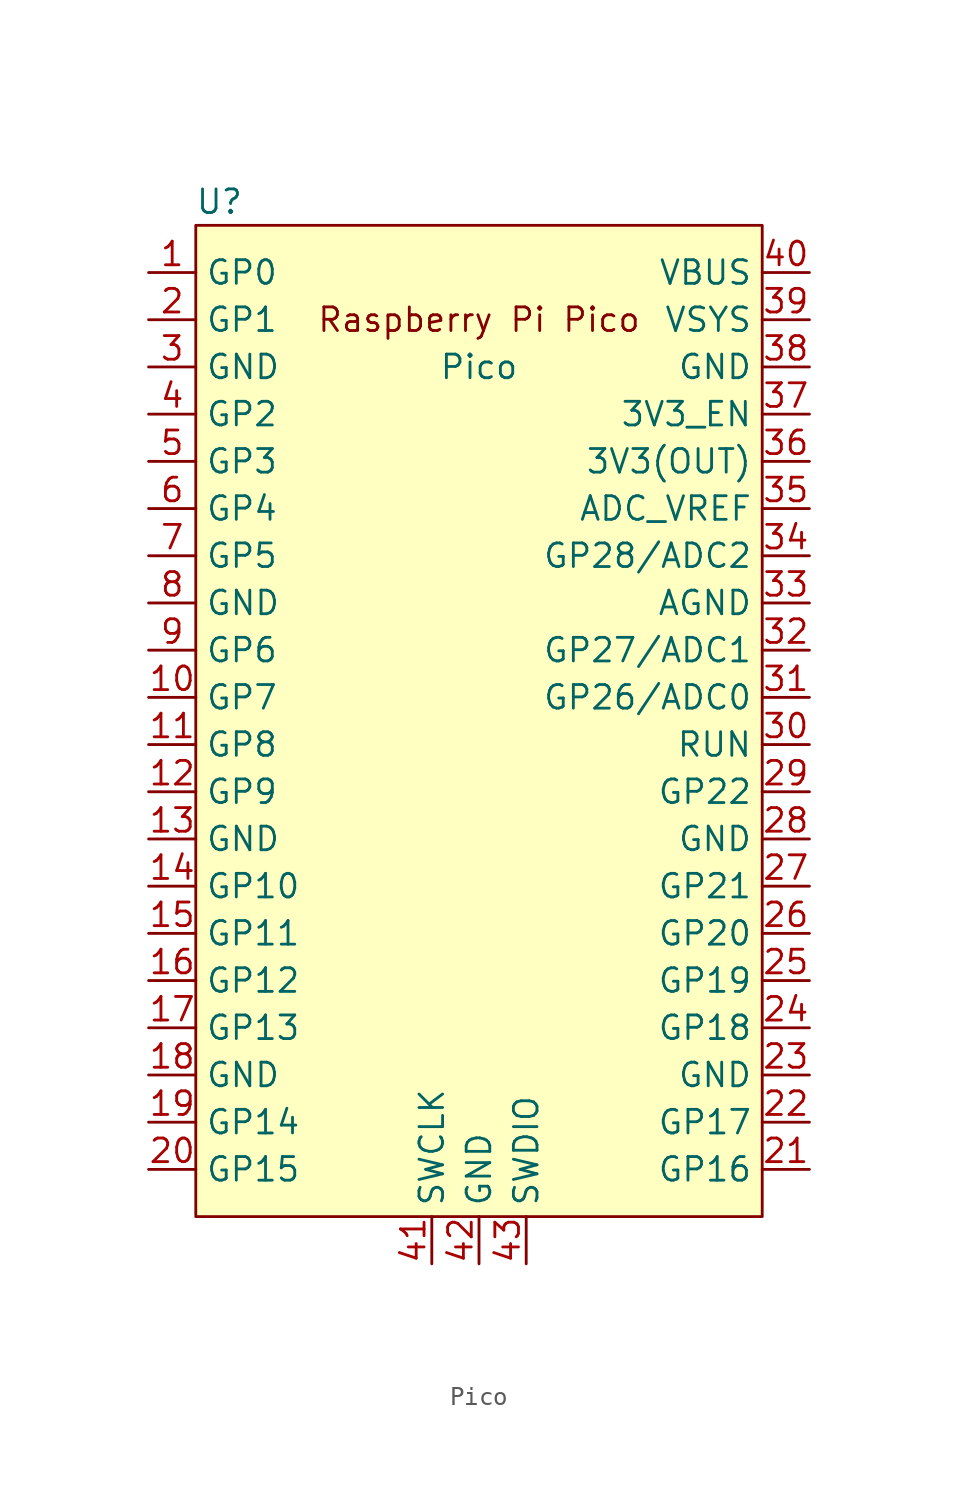
<source format=kicad_sym>
(kicad_symbol_lib
  (version 20241209)
  (generator "kicad_symbol_editor")
  (generator_version "9.0")
  (symbol "Pico"
    (property "Reference" "U"
      (at -13.97 27.94 0)
      (effects (font (size 1.27 1.27))))
    (property "Value" "Pico"
      (at 0 19.05 0)
      (effects (font (size 1.27 1.27))))
    (symbol "Pico_0_0"
      (text "Raspberry Pi Pico" (at 0 21.59 0) (effects (font (size 1.27 1.27)))))
    (symbol "Pico_0_1"
      (rectangle (start -15.24 26.67) (end 15.24 -26.67) (stroke (width 0) (type default)) (fill (type background))))
    (symbol "Pico_1_1"
      (pin bidirectional line (at -17.78 24.13 0) (length 2.54) (name "GP0" (effects (font (size 1.27 1.27)))) (number "1" (effects (font (size 1.27 1.27)))))
      (pin bidirectional line (at -17.78 21.59 0) (length 2.54) (name "GP1" (effects (font (size 1.27 1.27)))) (number "2" (effects (font (size 1.27 1.27)))))
      (pin power_in line (at -17.78 19.05 0) (length 2.54) (name "GND" (effects (font (size 1.27 1.27)))) (number "3" (effects (font (size 1.27 1.27)))))
      (pin bidirectional line (at -17.78 16.51 0) (length 2.54) (name "GP2" (effects (font (size 1.27 1.27)))) (number "4" (effects (font (size 1.27 1.27)))))
      (pin bidirectional line (at -17.78 13.97 0) (length 2.54) (name "GP3" (effects (font (size 1.27 1.27)))) (number "5" (effects (font (size 1.27 1.27)))))
      (pin bidirectional line (at -17.78 11.43 0) (length 2.54) (name "GP4" (effects (font (size 1.27 1.27)))) (number "6" (effects (font (size 1.27 1.27)))))
      (pin bidirectional line (at -17.78 8.89 0) (length 2.54) (name "GP5" (effects (font (size 1.27 1.27)))) (number "7" (effects (font (size 1.27 1.27)))))
      (pin power_in line (at -17.78 6.35 0) (length 2.54) (name "GND" (effects (font (size 1.27 1.27)))) (number "8" (effects (font (size 1.27 1.27)))))
      (pin bidirectional line (at -17.78 3.81 0) (length 2.54) (name "GP6" (effects (font (size 1.27 1.27)))) (number "9" (effects (font (size 1.27 1.27)))))
      (pin bidirectional line (at -17.78 1.27 0) (length 2.54) (name "GP7" (effects (font (size 1.27 1.27)))) (number "10" (effects (font (size 1.27 1.27)))))
      (pin bidirectional line (at -17.78 -1.27 0) (length 2.54) (name "GP8" (effects (font (size 1.27 1.27)))) (number "11" (effects (font (size 1.27 1.27)))))
      (pin bidirectional line (at -17.78 -3.81 0) (length 2.54) (name "GP9" (effects (font (size 1.27 1.27)))) (number "12" (effects (font (size 1.27 1.27)))))
      (pin power_in line (at -17.78 -6.35 0) (length 2.54) (name "GND" (effects (font (size 1.27 1.27)))) (number "13" (effects (font (size 1.27 1.27)))))
      (pin bidirectional line (at -17.78 -8.89 0) (length 2.54) (name "GP10" (effects (font (size 1.27 1.27)))) (number "14" (effects (font (size 1.27 1.27)))))
      (pin bidirectional line (at -17.78 -11.43 0) (length 2.54) (name "GP11" (effects (font (size 1.27 1.27)))) (number "15" (effects (font (size 1.27 1.27)))))
      (pin bidirectional line (at -17.78 -13.97 0) (length 2.54) (name "GP12" (effects (font (size 1.27 1.27)))) (number "16" (effects (font (size 1.27 1.27)))))
      (pin bidirectional line (at -17.78 -16.51 0) (length 2.54) (name "GP13" (effects (font (size 1.27 1.27)))) (number "17" (effects (font (size 1.27 1.27)))))
      (pin power_in line (at -17.78 -19.05 0) (length 2.54) (name "GND" (effects (font (size 1.27 1.27)))) (number "18" (effects (font (size 1.27 1.27)))))
      (pin bidirectional line (at -17.78 -21.59 0) (length 2.54) (name "GP14" (effects (font (size 1.27 1.27)))) (number "19" (effects (font (size 1.27 1.27)))))
      (pin bidirectional line (at -17.78 -24.13 0) (length 2.54) (name "GP15" (effects (font (size 1.27 1.27)))) (number "20" (effects (font (size 1.27 1.27)))))
      (pin input line (at -2.54 -29.21 90) (length 2.54) (name "SWCLK" (effects (font (size 1.27 1.27)))) (number "41" (effects (font (size 1.27 1.27)))))
      (pin power_in line (at 0 -29.21 90) (length 2.54) (name "GND" (effects (font (size 1.27 1.27)))) (number "42" (effects (font (size 1.27 1.27)))))
      (pin bidirectional line (at 2.54 -29.21 90) (length 2.54) (name "SWDIO" (effects (font (size 1.27 1.27)))) (number "43" (effects (font (size 1.27 1.27)))))
      (pin power_in line (at 17.78 24.13 180) (length 2.54) (name "VBUS" (effects (font (size 1.27 1.27)))) (number "40" (effects (font (size 1.27 1.27)))))
      (pin power_in line (at 17.78 21.59 180) (length 2.54) (name "VSYS" (effects (font (size 1.27 1.27)))) (number "39" (effects (font (size 1.27 1.27)))))
      (pin bidirectional line (at 17.78 19.05 180) (length 2.54) (name "GND" (effects (font (size 1.27 1.27)))) (number "38" (effects (font (size 1.27 1.27)))))
      (pin input line (at 17.78 16.51 180) (length 2.54) (name "3V3_EN" (effects (font (size 1.27 1.27)))) (number "37" (effects (font (size 1.27 1.27)))))
      (pin power_in line (at 17.78 13.97 180) (length 2.54) (name "3V3(OUT)" (effects (font (size 1.27 1.27)))) (number "36" (effects (font (size 1.27 1.27)))))
      (pin power_in line (at 17.78 11.43 180) (length 2.54) (name "ADC_VREF" (effects (font (size 1.27 1.27)))) (number "35" (effects (font (size 1.27 1.27)))))
      (pin bidirectional line (at 17.78 8.89 180) (length 2.54) (name "GP28/ADC2" (effects (font (size 1.27 1.27)))) (number "34" (effects (font (size 1.27 1.27)))))
      (pin power_in line (at 17.78 6.35 180) (length 2.54) (name "AGND" (effects (font (size 1.27 1.27)))) (number "33" (effects (font (size 1.27 1.27)))))
      (pin bidirectional line (at 17.78 3.81 180) (length 2.54) (name "GP27/ADC1" (effects (font (size 1.27 1.27)))) (number "32" (effects (font (size 1.27 1.27)))))
      (pin bidirectional line (at 17.78 1.27 180) (length 2.54) (name "GP26/ADC0" (effects (font (size 1.27 1.27)))) (number "31" (effects (font (size 1.27 1.27)))))
      (pin input line (at 17.78 -1.27 180) (length 2.54) (name "RUN" (effects (font (size 1.27 1.27)))) (number "30" (effects (font (size 1.27 1.27)))))
      (pin bidirectional line (at 17.78 -3.81 180) (length 2.54) (name "GP22" (effects (font (size 1.27 1.27)))) (number "29" (effects (font (size 1.27 1.27)))))
      (pin power_in line (at 17.78 -6.35 180) (length 2.54) (name "GND" (effects (font (size 1.27 1.27)))) (number "28" (effects (font (size 1.27 1.27)))))
      (pin bidirectional line (at 17.78 -8.89 180) (length 2.54) (name "GP21" (effects (font (size 1.27 1.27)))) (number "27" (effects (font (size 1.27 1.27)))))
      (pin bidirectional line (at 17.78 -11.43 180) (length 2.54) (name "GP20" (effects (font (size 1.27 1.27)))) (number "26" (effects (font (size 1.27 1.27)))))
      (pin bidirectional line (at 17.78 -13.97 180) (length 2.54) (name "GP19" (effects (font (size 1.27 1.27)))) (number "25" (effects (font (size 1.27 1.27)))))
      (pin bidirectional line (at 17.78 -16.51 180) (length 2.54) (name "GP18" (effects (font (size 1.27 1.27)))) (number "24" (effects (font (size 1.27 1.27)))))
      (pin power_in line (at 17.78 -19.05 180) (length 2.54) (name "GND" (effects (font (size 1.27 1.27)))) (number "23" (effects (font (size 1.27 1.27)))))
      (pin bidirectional line (at 17.78 -21.59 180) (length 2.54) (name "GP17" (effects (font (size 1.27 1.27)))) (number "22" (effects (font (size 1.27 1.27)))))
      (pin bidirectional line (at 17.78 -24.13 180) (length 2.54) (name "GP16" (effects (font (size 1.27 1.27)))) (number "21" (effects (font (size 1.27 1.27))))))))
</source>
